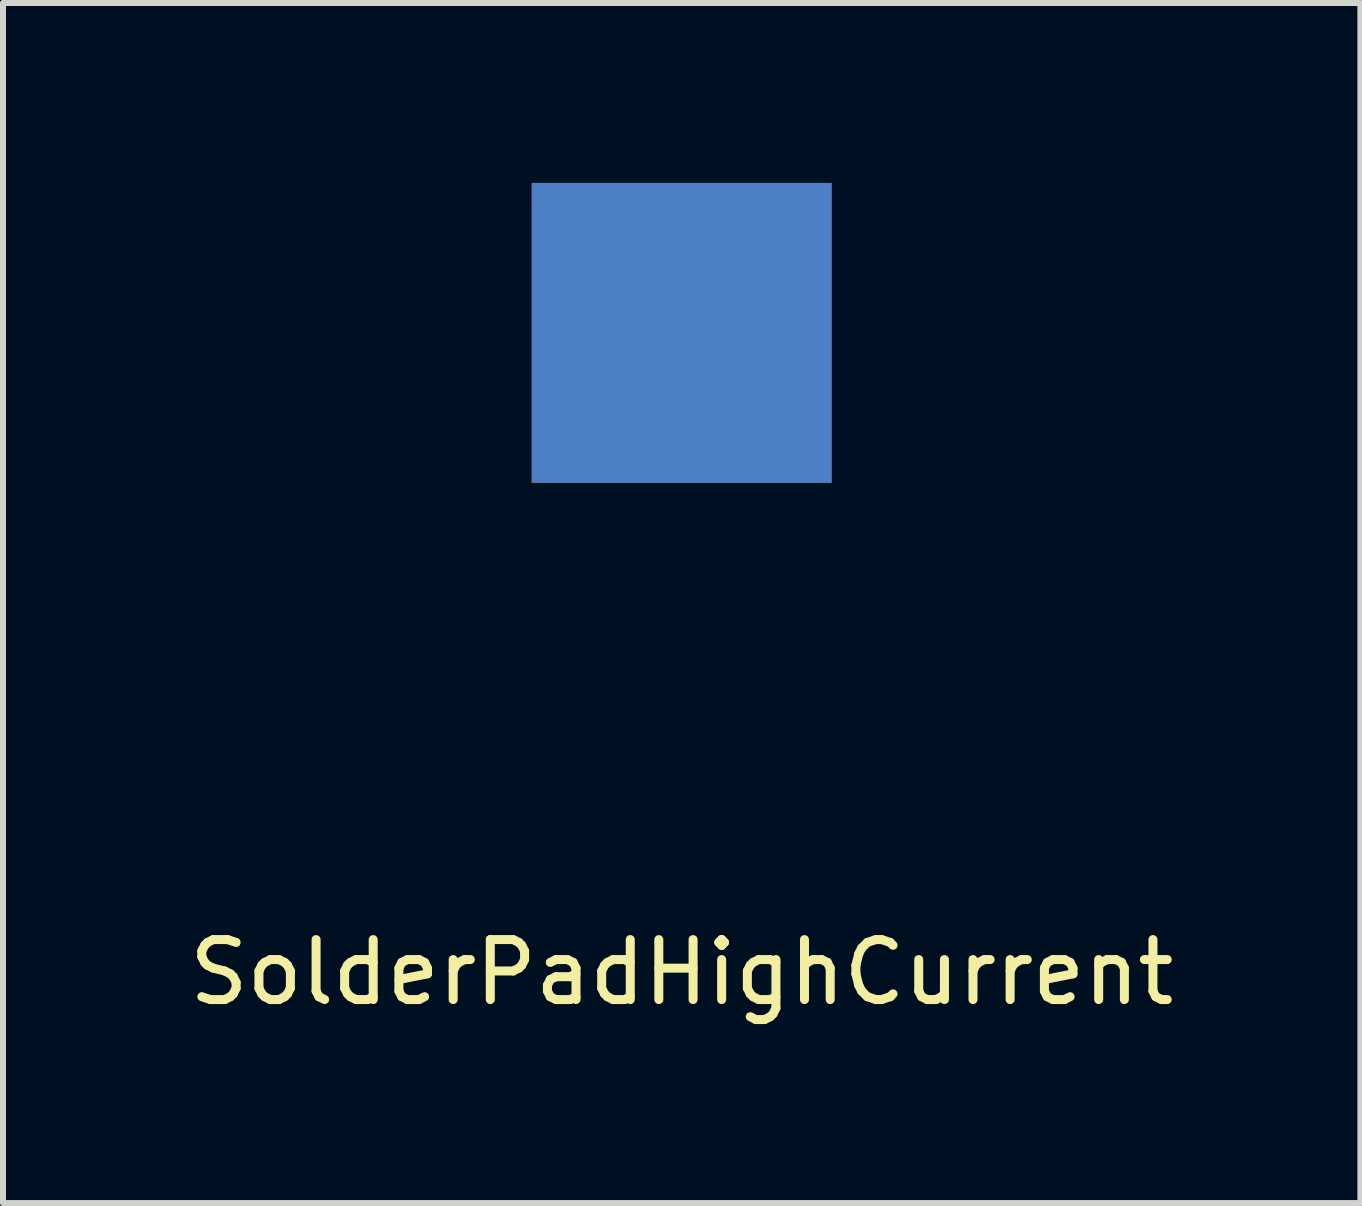
<source format=kicad_pcb>
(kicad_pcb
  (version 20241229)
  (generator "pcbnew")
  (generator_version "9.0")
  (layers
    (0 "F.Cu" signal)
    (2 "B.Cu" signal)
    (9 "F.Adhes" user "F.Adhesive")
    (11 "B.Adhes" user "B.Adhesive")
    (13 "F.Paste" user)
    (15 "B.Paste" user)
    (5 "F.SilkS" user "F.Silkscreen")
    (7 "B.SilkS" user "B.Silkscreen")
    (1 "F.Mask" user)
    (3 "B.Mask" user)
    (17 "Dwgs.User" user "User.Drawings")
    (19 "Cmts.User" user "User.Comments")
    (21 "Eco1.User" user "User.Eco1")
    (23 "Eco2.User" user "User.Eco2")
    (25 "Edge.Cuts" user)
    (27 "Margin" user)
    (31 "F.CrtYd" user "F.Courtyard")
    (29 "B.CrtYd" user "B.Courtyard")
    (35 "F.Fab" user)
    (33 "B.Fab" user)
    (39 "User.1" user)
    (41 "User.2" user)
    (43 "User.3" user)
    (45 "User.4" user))
  (footprint "SolderPadHighCurrent"
    (layer "F.Cu")
    (at 8.315 2.5)
    (property "Reference" "SolderPadHighCurrent" (at 0 10.66 0) (layer "F.SilkS") (effects (font (size 1 1) (thickness 0.15))))
    (attr through_hole)
    (pad "1" smd rect (at 0 0) (size 5 5) (layers "F.Cu" "F.Mask"))
    (pad "1" smd rect (at 0 0) (size 5 5) (layers "B.Cu" "B.Mask")))
  (gr_rect
    (start -3 -3)
    (end 19.631 17.008)
    (stroke (width 0.1) (type default))
    (fill no)
    (layer "Edge.Cuts")))
</source>
